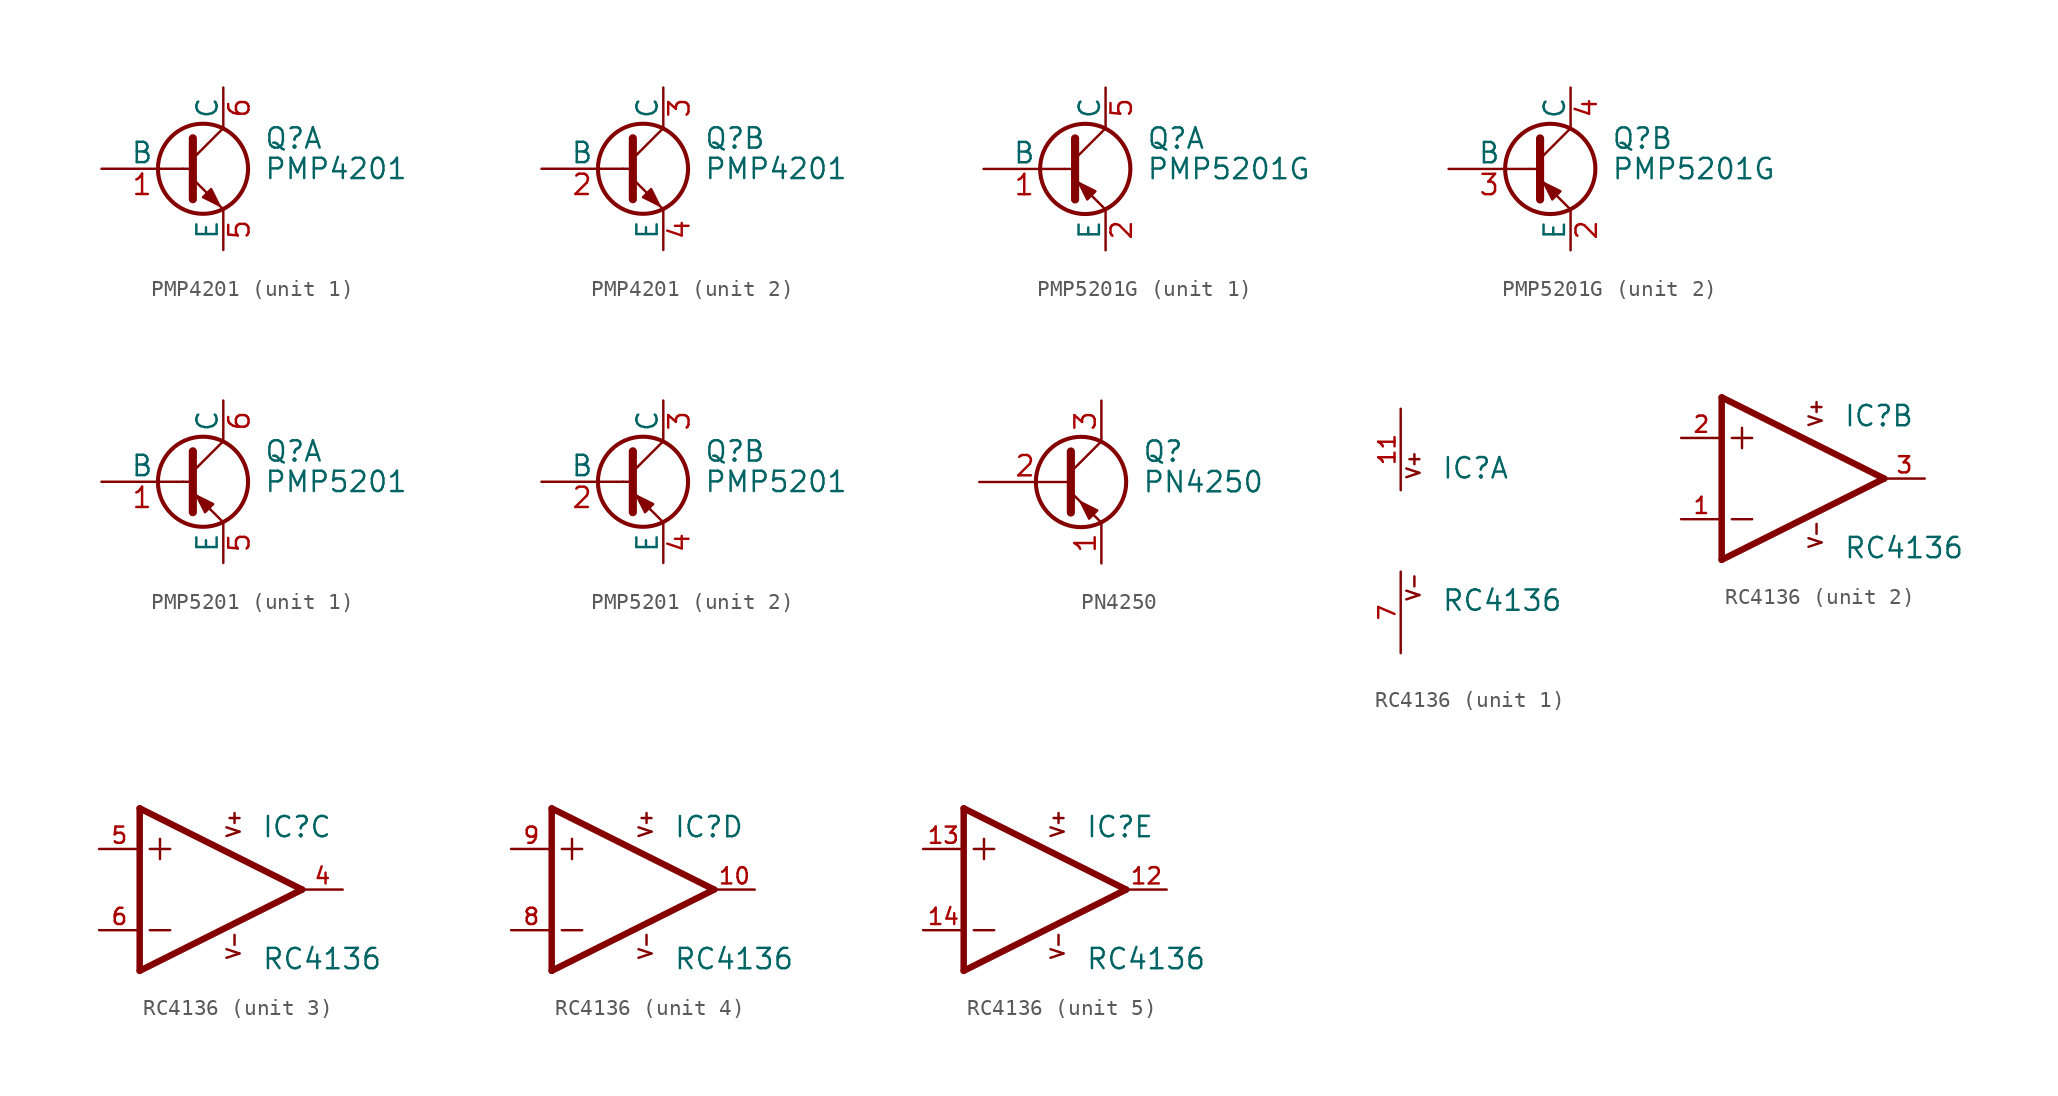
<source format=kicad_sym>
(kicad_symbol_lib
  (version 20220914)
  (generator kicad_symbol_editor)
  (symbol "PMP4201"
    (pin_names
      (offset 0))
    (property "Reference" "Q"
      (at 5.08 1.905 0)
      (effects (font (size 1.27 1.27)) (justify left)))
    (property "Value" "PMP4201"
      (at 5.08 0 0)
      (effects (font (size 1.27 1.27)) (justify left)))
    (property "Datasheet" ""
      (at 0 0 0)
      (effects (font (size 1.27 1.27)) (justify left)))
    (symbol "PMP4201_0_1"
      (polyline (pts (xy 0 0) (xy 0.635 0)) (stroke (width 0) (type default)) (fill (type none)))
      (polyline (pts (xy 0.635 0.635) (xy 2.54 2.54)) (stroke (width 0) (type default)) (fill (type none)))
      (polyline (pts (xy 0.635 -0.635) (xy 2.54 -2.54) (xy 2.54 -2.54)) (stroke (width 0) (type default)) (fill (type none)))
      (polyline (pts (xy 0.635 1.905) (xy 0.635 -1.905) (xy 0.635 -1.905)) (stroke (width 0.508) (type default)) (fill (type none)))
      (polyline (pts (xy 1.27 -1.778) (xy 1.778 -1.27) (xy 2.286 -2.286) (xy 1.27 -1.778) (xy 1.27 -1.778)) (stroke (width 0) (type default)) (fill (type outline)))
      (circle (center 1.27 0) (radius 2.819) (stroke (width 0.254) (type default)) (fill (type none))))
    (symbol "PMP4201_1_1"
      (pin input line (at -5.08 0 0) (length 5.08) (name "B" (effects (font (size 1.27 1.27)))) (number "1" (effects (font (size 1.27 1.27)))))
      (pin passive line (at 2.54 -5.08 90) (length 2.54) (name "E" (effects (font (size 1.27 1.27)))) (number "5" (effects (font (size 1.27 1.27)))))
      (pin passive line (at 2.54 5.08 270) (length 2.54) (name "C" (effects (font (size 1.27 1.27)))) (number "6" (effects (font (size 1.27 1.27))))))
    (symbol "PMP4201_2_1"
      (pin input line (at -5.08 0 0) (length 5.08) (name "B" (effects (font (size 1.27 1.27)))) (number "2" (effects (font (size 1.27 1.27)))))
      (pin passive line (at 2.54 5.08 270) (length 2.54) (name "C" (effects (font (size 1.27 1.27)))) (number "3" (effects (font (size 1.27 1.27)))))
      (pin passive line (at 2.54 -5.08 90) (length 2.54) (name "E" (effects (font (size 1.27 1.27)))) (number "4" (effects (font (size 1.27 1.27)))))))
  (symbol "PMP5201G"
    (pin_names
      (offset 0))
    (property "Reference" "Q"
      (at 5.08 1.905 0)
      (effects (font (size 1.27 1.27)) (justify left)))
    (property "Value" "PMP5201G"
      (at 5.08 0 0)
      (effects (font (size 1.27 1.27)) (justify left)))
    (property "Datasheet" ""
      (at 0 0 0)
      (effects (font (size 1.27 1.27)) (justify left)))
    (symbol "PMP5201G_0_1"
      (polyline (pts (xy 0 0) (xy 0.635 0)) (stroke (width 0) (type default)) (fill (type none)))
      (polyline (pts (xy 2.54 -2.54) (xy 0.635 -0.635)) (stroke (width 0) (type default)) (fill (type none)))
      (polyline (pts (xy 2.54 2.54) (xy 0.635 0.635)) (stroke (width 0) (type default)) (fill (type none)))
      (polyline (pts (xy 0.635 1.905) (xy 0.635 -1.905) (xy 0.635 -1.905)) (stroke (width 0.508) (type default)) (fill (type outline)))
      (polyline (pts (xy 1.397 -1.905) (xy 1.905 -1.397) (xy 0.889 -0.889) (xy 1.397 -1.905) (xy 1.397 -1.905)) (stroke (width 0) (type default)) (fill (type outline)))
      (circle (center 1.27 0) (radius 2.819) (stroke (width 0.254) (type default)) (fill (type none))))
    (symbol "PMP5201G_1_1"
      (pin input line (at -5.08 0 0) (length 5.08) (name "B" (effects (font (size 1.27 1.27)))) (number "1" (effects (font (size 1.27 1.27)))))
      (pin passive line (at 2.54 -5.08 90) (length 2.54) (name "E" (effects (font (size 1.27 1.27)))) (number "2" (effects (font (size 1.27 1.27)))))
      (pin passive line (at 2.54 5.08 270) (length 2.54) (name "C" (effects (font (size 1.27 1.27)))) (number "5" (effects (font (size 1.27 1.27))))))
    (symbol "PMP5201G_2_1"
      (pin passive line (at 2.54 -5.08 90) (length 2.54) (name "E" (effects (font (size 1.27 1.27)))) (number "2" (effects (font (size 1.27 1.27)))))
      (pin input line (at -5.08 0 0) (length 5.08) (name "B" (effects (font (size 1.27 1.27)))) (number "3" (effects (font (size 1.27 1.27)))))
      (pin passive line (at 2.54 5.08 270) (length 2.54) (name "C" (effects (font (size 1.27 1.27)))) (number "4" (effects (font (size 1.27 1.27)))))))
  (symbol "PMP5201"
    (pin_names
      (offset 0))
    (property "Reference" "Q"
      (at 5.08 1.905 0)
      (effects (font (size 1.27 1.27)) (justify left)))
    (property "Value" "PMP5201"
      (at 5.08 0 0)
      (effects (font (size 1.27 1.27)) (justify left)))
    (property "Datasheet" ""
      (at 0 0 0)
      (effects (font (size 1.27 1.27)) (justify left)))
    (symbol "PMP5201_0_1"
      (polyline (pts (xy 0 0) (xy 0.635 0)) (stroke (width 0) (type default)) (fill (type none)))
      (polyline (pts (xy 2.54 -2.54) (xy 0.635 -0.635)) (stroke (width 0) (type default)) (fill (type none)))
      (polyline (pts (xy 2.54 2.54) (xy 0.635 0.635)) (stroke (width 0) (type default)) (fill (type none)))
      (polyline (pts (xy 0.635 1.905) (xy 0.635 -1.905) (xy 0.635 -1.905)) (stroke (width 0.508) (type default)) (fill (type outline)))
      (polyline (pts (xy 1.397 -1.905) (xy 1.905 -1.397) (xy 0.889 -0.889) (xy 1.397 -1.905) (xy 1.397 -1.905)) (stroke (width 0) (type default)) (fill (type outline)))
      (circle (center 1.27 0) (radius 2.819) (stroke (width 0.254) (type default)) (fill (type none))))
    (symbol "PMP5201_1_1"
      (pin input line (at -5.08 0 0) (length 5.08) (name "B" (effects (font (size 1.27 1.27)))) (number "1" (effects (font (size 1.27 1.27)))))
      (pin passive line (at 2.54 -5.08 90) (length 2.54) (name "E" (effects (font (size 1.27 1.27)))) (number "5" (effects (font (size 1.27 1.27)))))
      (pin passive line (at 2.54 5.08 270) (length 2.54) (name "C" (effects (font (size 1.27 1.27)))) (number "6" (effects (font (size 1.27 1.27))))))
    (symbol "PMP5201_2_1"
      (pin input line (at -5.08 0 0) (length 5.08) (name "B" (effects (font (size 1.27 1.27)))) (number "2" (effects (font (size 1.27 1.27)))))
      (pin passive line (at 2.54 5.08 270) (length 2.54) (name "C" (effects (font (size 1.27 1.27)))) (number "3" (effects (font (size 1.27 1.27)))))
      (pin passive line (at 2.54 -5.08 90) (length 2.54) (name "E" (effects (font (size 1.27 1.27)))) (number "4" (effects (font (size 1.27 1.27)))))))
  (symbol "PN4250"
    (pin_names
      (offset 0) hide)
    (property "Reference" "Q"
      (at 5.08 1.905 0)
      (effects (font (size 1.27 1.27)) (justify left)))
    (property "Value" "PN4250"
      (at 5.08 0 0)
      (effects (font (size 1.27 1.27)) (justify left)))
    (symbol "PN4250_0_1"
      (polyline (pts (xy 0.635 0.635) (xy 2.54 2.54)) (stroke (width 0) (type default)) (fill (type none)))
      (polyline (pts (xy 0.635 -0.635) (xy 2.54 -2.54) (xy 2.54 -2.54)) (stroke (width 0) (type default)) (fill (type none)))
      (polyline (pts (xy 0.635 1.905) (xy 0.635 -1.905) (xy 0.635 -1.905)) (stroke (width 0.508) (type default)) (fill (type none)))
      (polyline (pts (xy 2.286 -1.778) (xy 1.778 -2.286) (xy 1.27 -1.27) (xy 2.286 -1.778) (xy 2.286 -1.778)) (stroke (width 0) (type default)) (fill (type outline)))
      (circle (center 1.27 0) (radius 2.819) (stroke (width 0.254) (type default)) (fill (type none))))
    (symbol "PN4250_1_1"
      (pin passive line (at 2.54 -5.08 90) (length 2.54) (name "E" (effects (font (size 1.27 1.27)))) (number "1" (effects (font (size 1.27 1.27)))))
      (pin input line (at -5.08 0 0) (length 5.715) (name "B" (effects (font (size 1.27 1.27)))) (number "2" (effects (font (size 1.27 1.27)))))
      (pin passive line (at 2.54 5.08 270) (length 2.54) (name "C" (effects (font (size 1.27 1.27)))) (number "3" (effects (font (size 1.27 1.27)))))))
  (symbol "RC4136"
    (pin_names
      (offset 1.016) hide)
    (property "Reference" "IC"
      (at 2.54 3.175 0)
      (effects (font (size 1.27 1.27)) (justify left bottom)))
    (property "Value" "RC4136"
      (at 2.54 -5.08 0)
      (effects (font (size 1.27 1.27)) (justify left bottom)))
    (property "ki_locked" ""
      (at 0 0 0)
      (effects (font (size 1.27 1.27))))
    (symbol "RC4136_0_0"
      (text "V+" (at 1.27 3.175 900) (effects (font (size 0.813 0.813)) (justify left bottom)))
      (text "V-" (at 1.27 -4.445 900) (effects (font (size 0.813 0.813)) (justify left bottom))))
    (symbol "RC4136_1_0"
      (pin power_in line (at 0 7.62 270) (length 5.08) (name "V+" (effects (font (size 1.016 1.016)))) (number "11" (effects (font (size 1.016 1.016)))))
      (pin power_in line (at 0 -7.62 90) (length 5.08) (name "V-" (effects (font (size 1.016 1.016)))) (number "7" (effects (font (size 1.016 1.016))))))
    (symbol "RC4136_2_0"
      (polyline (pts (xy -5.08 -5.08) (xy 5.08 0)) (stroke (width 0.406) (type default)) (fill (type none)))
      (polyline (pts (xy -5.08 5.08) (xy -5.08 -5.08)) (stroke (width 0.406) (type default)) (fill (type none)))
      (polyline (pts (xy -4.445 -2.54) (xy -3.175 -2.54)) (stroke (width 0.152) (type default)) (fill (type none)))
      (polyline (pts (xy -4.445 2.54) (xy -3.175 2.54)) (stroke (width 0.152) (type default)) (fill (type none)))
      (polyline (pts (xy -3.81 3.175) (xy -3.81 1.905)) (stroke (width 0.152) (type default)) (fill (type none)))
      (polyline (pts (xy 5.08 0) (xy -5.08 5.08)) (stroke (width 0.406) (type default)) (fill (type none)))
      (pin input line (at -7.62 -2.54 0) (length 2.54) (name "-IN" (effects (font (size 1.016 1.016)))) (number "1" (effects (font (size 1.016 1.016)))))
      (pin input line (at -7.62 2.54 0) (length 2.54) (name "+IN" (effects (font (size 1.016 1.016)))) (number "2" (effects (font (size 1.016 1.016)))))
      (pin output line (at 7.62 0 180) (length 2.54) (name "OUT" (effects (font (size 1.016 1.016)))) (number "3" (effects (font (size 1.016 1.016))))))
    (symbol "RC4136_3_0"
      (polyline (pts (xy -5.08 -5.08) (xy 5.08 0)) (stroke (width 0.406) (type default)) (fill (type none)))
      (polyline (pts (xy -5.08 5.08) (xy -5.08 -5.08)) (stroke (width 0.406) (type default)) (fill (type none)))
      (polyline (pts (xy -4.445 -2.54) (xy -3.175 -2.54)) (stroke (width 0.152) (type default)) (fill (type none)))
      (polyline (pts (xy -4.445 2.54) (xy -3.175 2.54)) (stroke (width 0.152) (type default)) (fill (type none)))
      (polyline (pts (xy -3.81 3.175) (xy -3.81 1.905)) (stroke (width 0.152) (type default)) (fill (type none)))
      (polyline (pts (xy 5.08 0) (xy -5.08 5.08)) (stroke (width 0.406) (type default)) (fill (type none)))
      (pin output line (at 7.62 0 180) (length 2.54) (name "OUT" (effects (font (size 1.016 1.016)))) (number "4" (effects (font (size 1.016 1.016)))))
      (pin input line (at -7.62 2.54 0) (length 2.54) (name "+IN" (effects (font (size 1.016 1.016)))) (number "5" (effects (font (size 1.016 1.016)))))
      (pin input line (at -7.62 -2.54 0) (length 2.54) (name "-IN" (effects (font (size 1.016 1.016)))) (number "6" (effects (font (size 1.016 1.016))))))
    (symbol "RC4136_4_0"
      (polyline (pts (xy -5.08 -5.08) (xy 5.08 0)) (stroke (width 0.406) (type default)) (fill (type none)))
      (polyline (pts (xy -5.08 5.08) (xy -5.08 -5.08)) (stroke (width 0.406) (type default)) (fill (type none)))
      (polyline (pts (xy -4.445 -2.54) (xy -3.175 -2.54)) (stroke (width 0.152) (type default)) (fill (type none)))
      (polyline (pts (xy -4.445 2.54) (xy -3.175 2.54)) (stroke (width 0.152) (type default)) (fill (type none)))
      (polyline (pts (xy -3.81 3.175) (xy -3.81 1.905)) (stroke (width 0.152) (type default)) (fill (type none)))
      (polyline (pts (xy 5.08 0) (xy -5.08 5.08)) (stroke (width 0.406) (type default)) (fill (type none)))
      (pin output line (at 7.62 0 180) (length 2.54) (name "OUT" (effects (font (size 1.016 1.016)))) (number "10" (effects (font (size 1.016 1.016)))))
      (pin input line (at -7.62 -2.54 0) (length 2.54) (name "-IN" (effects (font (size 1.016 1.016)))) (number "8" (effects (font (size 1.016 1.016)))))
      (pin input line (at -7.62 2.54 0) (length 2.54) (name "+IN" (effects (font (size 1.016 1.016)))) (number "9" (effects (font (size 1.016 1.016))))))
    (symbol "RC4136_5_0"
      (polyline (pts (xy -5.08 -5.08) (xy 5.08 0)) (stroke (width 0.406) (type default)) (fill (type none)))
      (polyline (pts (xy -5.08 5.08) (xy -5.08 -5.08)) (stroke (width 0.406) (type default)) (fill (type none)))
      (polyline (pts (xy -4.445 -2.54) (xy -3.175 -2.54)) (stroke (width 0.152) (type default)) (fill (type none)))
      (polyline (pts (xy -4.445 2.54) (xy -3.175 2.54)) (stroke (width 0.152) (type default)) (fill (type none)))
      (polyline (pts (xy -3.81 3.175) (xy -3.81 1.905)) (stroke (width 0.152) (type default)) (fill (type none)))
      (polyline (pts (xy 5.08 0) (xy -5.08 5.08)) (stroke (width 0.406) (type default)) (fill (type none)))
      (pin output line (at 7.62 0 180) (length 2.54) (name "OUT" (effects (font (size 1.016 1.016)))) (number "12" (effects (font (size 1.016 1.016)))))
      (pin input line (at -7.62 2.54 0) (length 2.54) (name "+IN" (effects (font (size 1.016 1.016)))) (number "13" (effects (font (size 1.016 1.016)))))
      (pin input line (at -7.62 -2.54 0) (length 2.54) (name "-IN" (effects (font (size 1.016 1.016)))) (number "14" (effects (font (size 1.016 1.016))))))))
</source>
